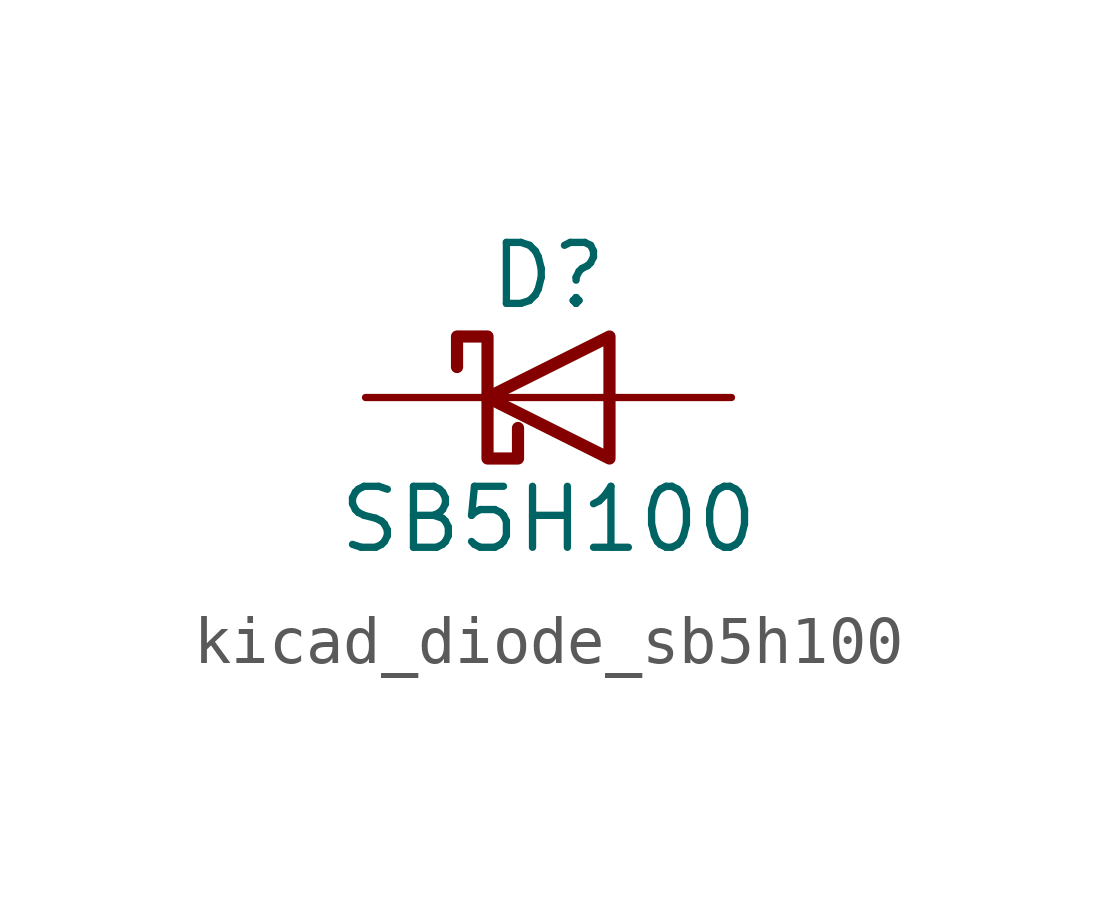
<source format=kicad_sym>
(kicad_symbol_lib
  (version 20220914)
  (generator kicad_symbol_editor)
  (symbol "kicad_diode_sb5h100"
    (pin_numbers hide)
    (pin_names
      (offset 1.016) hide)
    (property "Reference" "D"
      (at 0 2.54 0)
      (effects (font (size 1.27 1.27))))
    (property "Value" "SB5H100"
      (at 0 -2.54 0)
      (effects (font (size 1.27 1.27))))
    (symbol "kicad_diode_sb5h100_0_1"
      (polyline (pts (xy 1.27 0) (xy -1.27 0)) (stroke (width 0) (type default)) (fill (type none)))
      (polyline (pts (xy 1.27 1.27) (xy 1.27 -1.27) (xy -1.27 0) (xy 1.27 1.27)) (stroke (width 0.254) (type default)) (fill (type none)))
      (polyline (pts (xy -1.905 0.635) (xy -1.905 1.27) (xy -1.27 1.27) (xy -1.27 -1.27) (xy -0.635 -1.27) (xy -0.635 -0.635)) (stroke (width 0.254) (type default)) (fill (type none))))
    (symbol "kicad_diode_sb5h100_1_1"
      (pin passive line (at -3.81 0 0) (length 2.54) (name "K" (effects (font (size 1.27 1.27)))) (number "1" (effects (font (size 1.27 1.27)))))
      (pin passive line (at 3.81 0 180) (length 2.54) (name "A" (effects (font (size 1.27 1.27)))) (number "2" (effects (font (size 1.27 1.27))))))))
</source>
